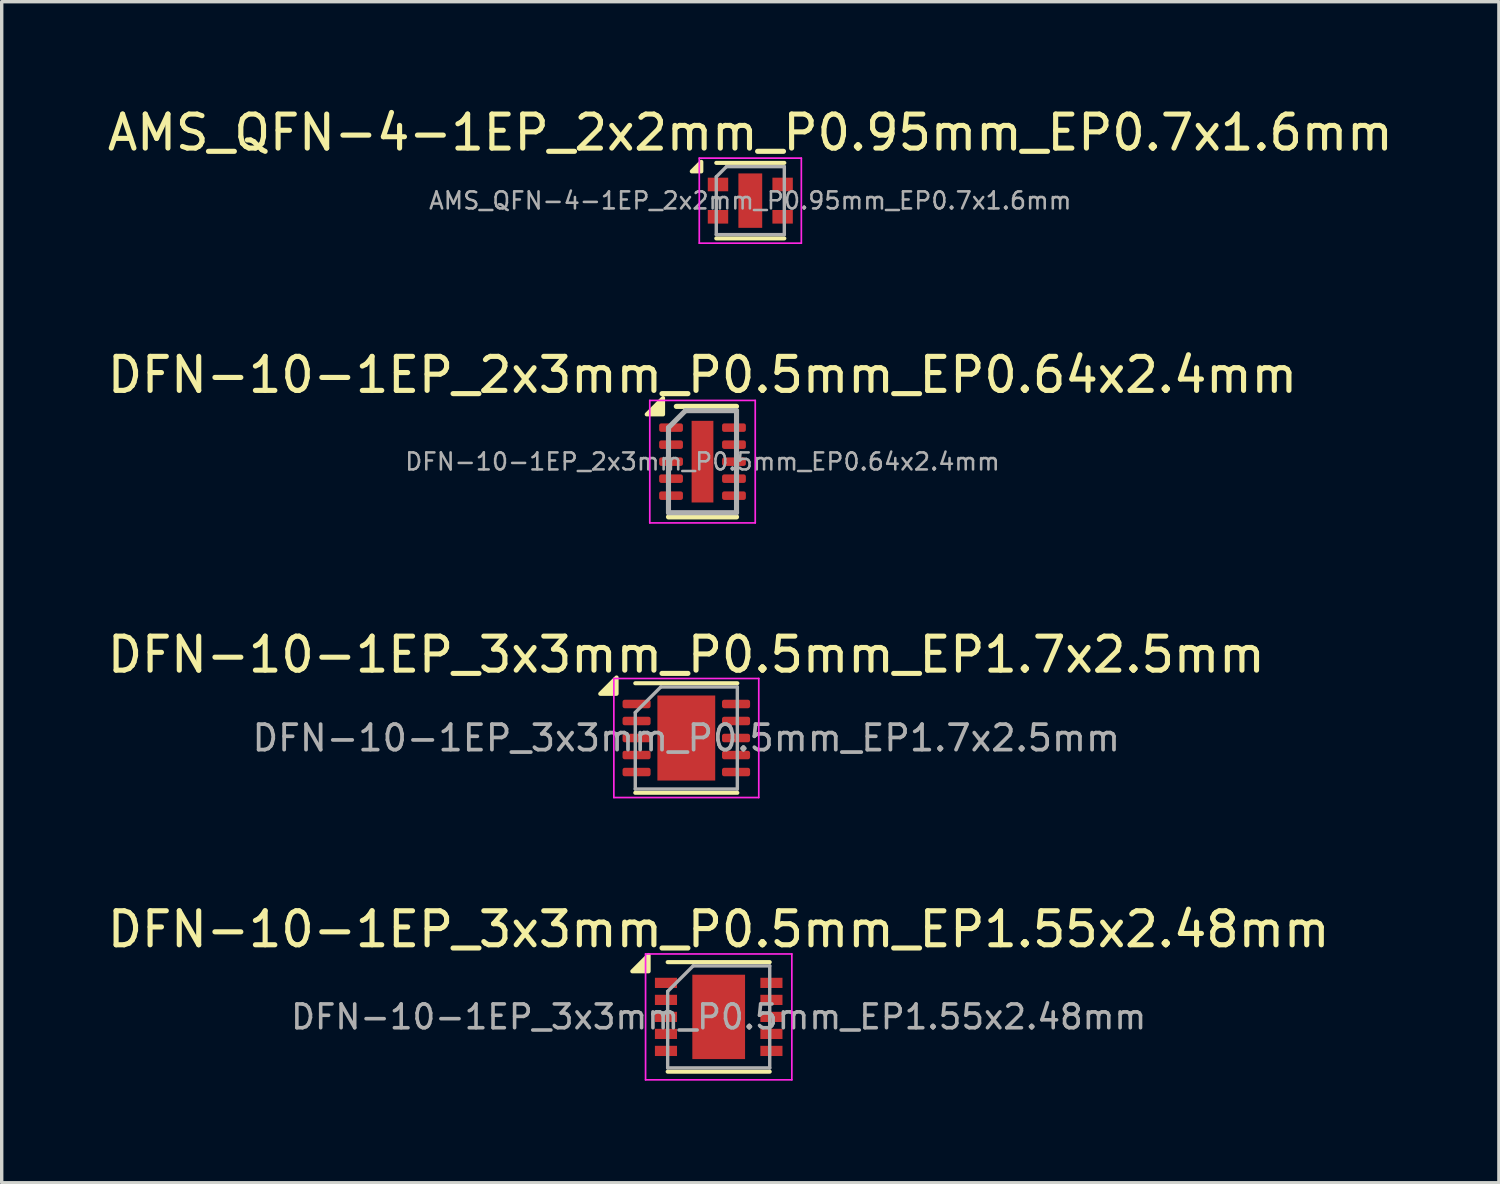
<source format=kicad_pcb>
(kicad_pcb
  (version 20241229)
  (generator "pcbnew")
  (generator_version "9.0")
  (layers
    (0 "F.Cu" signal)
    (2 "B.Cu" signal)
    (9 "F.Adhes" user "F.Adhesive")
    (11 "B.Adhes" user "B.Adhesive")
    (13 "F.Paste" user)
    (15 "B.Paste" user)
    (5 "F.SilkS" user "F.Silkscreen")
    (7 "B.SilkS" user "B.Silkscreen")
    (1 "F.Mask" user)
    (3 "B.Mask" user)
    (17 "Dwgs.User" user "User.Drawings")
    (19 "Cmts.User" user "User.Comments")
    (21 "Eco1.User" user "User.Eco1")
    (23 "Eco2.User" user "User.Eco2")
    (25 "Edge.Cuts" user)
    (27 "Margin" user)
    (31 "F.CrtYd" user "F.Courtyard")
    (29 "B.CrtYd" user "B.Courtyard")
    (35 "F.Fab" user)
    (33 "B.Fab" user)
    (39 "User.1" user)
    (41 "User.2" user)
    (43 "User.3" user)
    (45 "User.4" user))
  (footprint "DFN-10-1EP_3x3mm_P0.5mm_EP1.7x2.5mm"
    (layer "F.Cu")
    (at 17.125 18.645)
    (property "Reference" "DFN-10-1EP_3x3mm_P0.5mm_EP1.7x2.5mm" (at 0 -2.45 0) (layer "F.SilkS") (effects (font (size 1 1) (thickness 0.15))))
    (attr smd)
    (fp_line (start -1.5 -1.61) (end 1.5 -1.61) (stroke (width 0.12) (type solid)) (layer "F.SilkS"))
    (fp_line (start -1.5 1.61) (end 1.5 1.61) (stroke (width 0.12) (type solid)) (layer "F.SilkS"))
    (fp_poly (pts (xy -2.05 -1.3) (xy -2.53 -1.3) (xy -2.05 -1.78) (xy -2.05 -1.3)) (stroke (width 0.12) (type solid)) (fill yes) (layer "F.SilkS"))
    (fp_line (start -2.13 -1.75) (end -2.13 1.75) (stroke (width 0.05) (type solid)) (layer "F.CrtYd"))
    (fp_line (start -2.13 1.75) (end 2.13 1.75) (stroke (width 0.05) (type solid)) (layer "F.CrtYd"))
    (fp_line (start 2.13 -1.75) (end -2.13 -1.75) (stroke (width 0.05) (type solid)) (layer "F.CrtYd"))
    (fp_line (start 2.13 1.75) (end 2.13 -1.75) (stroke (width 0.05) (type solid)) (layer "F.CrtYd"))
    (fp_line (start -1.5 -0.75) (end -0.75 -1.5) (stroke (width 0.1) (type solid)) (layer "F.Fab"))
    (fp_line (start -1.5 1.5) (end -1.5 -0.75) (stroke (width 0.1) (type solid)) (layer "F.Fab"))
    (fp_line (start -0.75 -1.5) (end 1.5 -1.5) (stroke (width 0.1) (type solid)) (layer "F.Fab"))
    (fp_line (start 1.5 -1.5) (end 1.5 1.5) (stroke (width 0.1) (type solid)) (layer "F.Fab"))
    (fp_line (start 1.5 1.5) (end -1.5 1.5) (stroke (width 0.1) (type solid)) (layer "F.Fab"))
    (fp_text user "${REFERENCE}" (at 0 0 0) (layer "F.Fab") (effects (font (size 0.75 0.75) (thickness 0.11))))
    (pad "" smd roundrect (at -0.425 -0.625) (size 0.69 1.01) (layers "F.Paste") (roundrect_rratio 0.25))
    (pad "" smd roundrect (at -0.425 0.625) (size 0.69 1.01) (layers "F.Paste") (roundrect_rratio 0.25))
    (pad "" smd roundrect (at 0.425 -0.625) (size 0.69 1.01) (layers "F.Paste") (roundrect_rratio 0.25))
    (pad "" smd roundrect (at 0.425 0.625) (size 0.69 1.01) (layers "F.Paste") (roundrect_rratio 0.25))
    (pad "1" smd roundrect (at -1.462 -1) (size 0.825 0.25) (layers "F.Cu" "F.Mask" "F.Paste") (roundrect_rratio 0.25))
    (pad "2" smd roundrect (at -1.462 -0.5) (size 0.825 0.25) (layers "F.Cu" "F.Mask" "F.Paste") (roundrect_rratio 0.25))
    (pad "3" smd roundrect (at -1.462 0) (size 0.825 0.25) (layers "F.Cu" "F.Mask" "F.Paste") (roundrect_rratio 0.25))
    (pad "4" smd roundrect (at -1.462 0.5) (size 0.825 0.25) (layers "F.Cu" "F.Mask" "F.Paste") (roundrect_rratio 0.25))
    (pad "5" smd roundrect (at -1.462 1) (size 0.825 0.25) (layers "F.Cu" "F.Mask" "F.Paste") (roundrect_rratio 0.25))
    (pad "6" smd roundrect (at 1.462 1) (size 0.825 0.25) (layers "F.Cu" "F.Mask" "F.Paste") (roundrect_rratio 0.25))
    (pad "7" smd roundrect (at 1.462 0.5) (size 0.825 0.25) (layers "F.Cu" "F.Mask" "F.Paste") (roundrect_rratio 0.25))
    (pad "8" smd roundrect (at 1.462 0) (size 0.825 0.25) (layers "F.Cu" "F.Mask" "F.Paste") (roundrect_rratio 0.25))
    (pad "9" smd roundrect (at 1.462 -0.5) (size 0.825 0.25) (layers "F.Cu" "F.Mask" "F.Paste") (roundrect_rratio 0.25))
    (pad "10" smd roundrect (at 1.462 -1) (size 0.825 0.25) (layers "F.Cu" "F.Mask" "F.Paste") (roundrect_rratio 0.25))
    (pad "11" smd rect (at 0 0) (size 1.7 2.5) (property pad_prop_heatsink) (layers "F.Cu" "F.Mask")))
  (footprint "DFN-10-1EP_3x3mm_P0.5mm_EP1.55x2.48mm"
    (layer "F.Cu")
    (at 18.077 26.843)
    (property "Reference" "DFN-10-1EP_3x3mm_P0.5mm_EP1.55x2.48mm" (at 0 -2.575 0) (layer "F.SilkS") (effects (font (size 1 1) (thickness 0.15))))
    (attr smd)
    (fp_line (start -1.5 -1.61) (end 1.5 -1.61) (stroke (width 0.12) (type solid)) (layer "F.SilkS"))
    (fp_line (start -1.5 1.61) (end 1.5 1.61) (stroke (width 0.12) (type solid)) (layer "F.SilkS"))
    (fp_poly (pts (xy -2.06 -1.34) (xy -2.54 -1.34) (xy -2.06 -1.82) (xy -2.06 -1.34)) (stroke (width 0.12) (type solid)) (fill yes) (layer "F.SilkS"))
    (fp_line (start -2.15 -1.85) (end -2.15 1.85) (stroke (width 0.05) (type solid)) (layer "F.CrtYd"))
    (fp_line (start -2.15 -1.85) (end 2.15 -1.85) (stroke (width 0.05) (type solid)) (layer "F.CrtYd"))
    (fp_line (start -2.15 1.85) (end 2.15 1.85) (stroke (width 0.05) (type solid)) (layer "F.CrtYd"))
    (fp_line (start 2.15 -1.85) (end 2.15 1.85) (stroke (width 0.05) (type solid)) (layer "F.CrtYd"))
    (fp_line (start -1.5 -0.75) (end -0.75 -1.5) (stroke (width 0.1) (type solid)) (layer "F.Fab"))
    (fp_line (start -1.5 1.5) (end -1.5 -0.75) (stroke (width 0.1) (type solid)) (layer "F.Fab"))
    (fp_line (start -0.75 -1.5) (end 1.5 -1.5) (stroke (width 0.1) (type solid)) (layer "F.Fab"))
    (fp_line (start 1.5 -1.5) (end 1.5 1.5) (stroke (width 0.1) (type solid)) (layer "F.Fab"))
    (fp_line (start 1.5 1.5) (end -1.5 1.5) (stroke (width 0.1) (type solid)) (layer "F.Fab"))
    (fp_text user "${REFERENCE}" (at 0 0 0) (layer "F.Fab") (effects (font (size 0.7 0.7) (thickness 0.105))))
    (pad "" smd rect (at -0.388 -0.62) (size 0.6 1.05) (layers "F.Paste"))
    (pad "" smd rect (at -0.388 0.62) (size 0.6 1.05) (layers "F.Paste"))
    (pad "" smd rect (at 0.388 -0.62) (size 0.6 1.05) (layers "F.Paste"))
    (pad "" smd rect (at 0.388 0.62) (size 0.6 1.05) (layers "F.Paste"))
    (pad "1" smd rect (at -1.55 -1) (size 0.65 0.3) (layers "F.Cu" "F.Mask" "F.Paste"))
    (pad "2" smd rect (at -1.55 -0.5) (size 0.65 0.3) (layers "F.Cu" "F.Mask" "F.Paste"))
    (pad "3" smd rect (at -1.55 0) (size 0.65 0.3) (layers "F.Cu" "F.Mask" "F.Paste"))
    (pad "4" smd rect (at -1.55 0.5) (size 0.65 0.3) (layers "F.Cu" "F.Mask" "F.Paste"))
    (pad "5" smd rect (at -1.55 1) (size 0.65 0.3) (layers "F.Cu" "F.Mask" "F.Paste"))
    (pad "6" smd rect (at 1.55 1) (size 0.65 0.3) (layers "F.Cu" "F.Mask" "F.Paste"))
    (pad "7" smd rect (at 1.55 0.5) (size 0.65 0.3) (layers "F.Cu" "F.Mask" "F.Paste"))
    (pad "8" smd rect (at 1.55 0) (size 0.65 0.3) (layers "F.Cu" "F.Mask" "F.Paste"))
    (pad "9" smd rect (at 1.55 -0.5) (size 0.65 0.3) (layers "F.Cu" "F.Mask" "F.Paste"))
    (pad "10" smd rect (at 1.55 -1) (size 0.65 0.3) (layers "F.Cu" "F.Mask" "F.Paste"))
    (pad "11" smd rect (at 0 0) (size 1.55 2.48) (layers "F.Cu" "F.Mask")))
  (footprint "DFN-10-1EP_2x3mm_P0.5mm_EP0.64x2.4mm"
    (layer "F.Cu")
    (at 17.601 10.521)
    (property "Reference" "DFN-10-1EP_2x3mm_P0.5mm_EP0.64x2.4mm" (at 0 -2.55 0) (layer "F.SilkS") (effects (font (size 1 1) (thickness 0.15))))
    (attr smd)
    (fp_line (start -1 1.625) (end 1 1.625) (stroke (width 0.15) (type solid)) (layer "F.SilkS"))
    (fp_line (start -0.77 -1.625) (end 1 -1.625) (stroke (width 0.15) (type solid)) (layer "F.SilkS"))
    (fp_poly (pts (xy -1.16 -1.39) (xy -1.64 -1.39) (xy -1.16 -1.87) (xy -1.16 -1.39)) (stroke (width 0.12) (type solid)) (fill yes) (layer "F.SilkS"))
    (fp_line (start -1.55 -1.8) (end -1.55 1.8) (stroke (width 0.05) (type solid)) (layer "F.CrtYd"))
    (fp_line (start -1.55 -1.8) (end 1.55 -1.8) (stroke (width 0.05) (type solid)) (layer "F.CrtYd"))
    (fp_line (start -1.55 1.8) (end 1.55 1.8) (stroke (width 0.05) (type solid)) (layer "F.CrtYd"))
    (fp_line (start 1.55 -1.8) (end 1.55 1.8) (stroke (width 0.05) (type solid)) (layer "F.CrtYd"))
    (fp_line (start -1 -1) (end -0.5 -1.5) (stroke (width 0.15) (type solid)) (layer "F.Fab"))
    (fp_line (start -1 1.5) (end -1 -1) (stroke (width 0.15) (type solid)) (layer "F.Fab"))
    (fp_line (start -0.5 -1.5) (end 1 -1.5) (stroke (width 0.15) (type solid)) (layer "F.Fab"))
    (fp_line (start 1 -1.5) (end 1 1.5) (stroke (width 0.15) (type solid)) (layer "F.Fab"))
    (fp_line (start 1 1.5) (end -1 1.5) (stroke (width 0.15) (type solid)) (layer "F.Fab"))
    (fp_text user "${REFERENCE}" (at 0 0 0) (layer "F.Fab") (effects (font (size 0.5 0.5) (thickness 0.075))))
    (pad "" smd roundrect (at 0 -0.6) (size 0.5 1) (layers "F.Paste") (roundrect_rratio 0.25))
    (pad "" smd roundrect (at 0 0.6) (size 0.5 1) (layers "F.Paste") (roundrect_rratio 0.25))
    (pad "1" smd roundrect (at -0.925 -1) (size 0.7 0.25) (layers "F.Cu" "F.Mask" "F.Paste") (roundrect_rratio 0.25))
    (pad "2" smd roundrect (at -0.925 -0.5) (size 0.7 0.25) (layers "F.Cu" "F.Mask" "F.Paste") (roundrect_rratio 0.25))
    (pad "3" smd roundrect (at -0.925 0) (size 0.7 0.25) (layers "F.Cu" "F.Mask" "F.Paste") (roundrect_rratio 0.25))
    (pad "4" smd roundrect (at -0.925 0.5) (size 0.7 0.25) (layers "F.Cu" "F.Mask" "F.Paste") (roundrect_rratio 0.25))
    (pad "5" smd roundrect (at -0.925 1) (size 0.7 0.25) (layers "F.Cu" "F.Mask" "F.Paste") (roundrect_rratio 0.25))
    (pad "6" smd roundrect (at 0.925 1) (size 0.7 0.25) (layers "F.Cu" "F.Mask" "F.Paste") (roundrect_rratio 0.25))
    (pad "7" smd roundrect (at 0.925 0.5) (size 0.7 0.25) (layers "F.Cu" "F.Mask" "F.Paste") (roundrect_rratio 0.25))
    (pad "8" smd roundrect (at 0.925 0) (size 0.7 0.25) (layers "F.Cu" "F.Mask" "F.Paste") (roundrect_rratio 0.25))
    (pad "9" smd roundrect (at 0.925 -0.5) (size 0.7 0.25) (layers "F.Cu" "F.Mask" "F.Paste") (roundrect_rratio 0.25))
    (pad "10" smd roundrect (at 0.925 -1) (size 0.7 0.25) (layers "F.Cu" "F.Mask" "F.Paste") (roundrect_rratio 0.25))
    (pad "11" smd rect (at 0 0) (size 0.64 2.4) (layers "F.Cu" "F.Mask")))
  (footprint "AMS_QFN-4-1EP_2x2mm_P0.95mm_EP0.7x1.6mm"
    (layer "F.Cu")
    (at 19.006 2.848)
    (property "Reference" "AMS_QFN-4-1EP_2x2mm_P0.95mm_EP0.7x1.6mm" (at 0 -2 0) (layer "F.SilkS") (effects (font (size 1 1) (thickness 0.15))))
    (attr smd)
    (fp_line (start -1 1.11) (end 1 1.11) (stroke (width 0.12) (type solid)) (layer "F.SilkS"))
    (fp_line (start 1 -1.11) (end -1 -1.11) (stroke (width 0.12) (type solid)) (layer "F.SilkS"))
    (fp_poly (pts (xy -1.44 -0.86) (xy -1.72 -0.86) (xy -1.44 -1.14) (xy -1.44 -0.86)) (stroke (width 0.12) (type solid)) (fill yes) (layer "F.SilkS"))
    (fp_line (start -1.5 -1.25) (end 1.5 -1.25) (stroke (width 0.05) (type solid)) (layer "F.CrtYd"))
    (fp_line (start -1.5 1.25) (end -1.5 -1.25) (stroke (width 0.05) (type solid)) (layer "F.CrtYd"))
    (fp_line (start 1.5 -1.25) (end 1.5 1.25) (stroke (width 0.05) (type solid)) (layer "F.CrtYd"))
    (fp_line (start 1.5 1.25) (end -1.5 1.25) (stroke (width 0.05) (type solid)) (layer "F.CrtYd"))
    (fp_line (start -1 -0.7) (end -0.7 -1) (stroke (width 0.1) (type solid)) (layer "F.Fab"))
    (fp_line (start -1 1) (end -1 -0.7) (stroke (width 0.1) (type solid)) (layer "F.Fab"))
    (fp_line (start -0.7 -1) (end 1 -1) (stroke (width 0.1) (type solid)) (layer "F.Fab"))
    (fp_line (start 1 -1) (end 1 1) (stroke (width 0.1) (type solid)) (layer "F.Fab"))
    (fp_line (start 1 1) (end -1 1) (stroke (width 0.1) (type solid)) (layer "F.Fab"))
    (fp_text user "${REFERENCE}" (at 0 0 0) (layer "F.Fab") (effects (font (size 0.5 0.5) (thickness 0.075))))
    (pad "" smd rect (at 0 0) (size 0.35 0.8) (layers "F.Paste"))
    (pad "1" smd rect (at -0.95 -0.475) (size 0.6 0.4) (layers "F.Cu" "F.Mask" "F.Paste"))
    (pad "2" smd rect (at -0.95 0.475) (size 0.6 0.4) (layers "F.Cu" "F.Mask" "F.Paste"))
    (pad "3" smd rect (at 0.95 0.475) (size 0.6 0.4) (layers "F.Cu" "F.Mask" "F.Paste"))
    (pad "4" smd rect (at 0.95 -0.475) (size 0.6 0.4) (layers "F.Cu" "F.Mask" "F.Paste"))
    (pad "5" smd rect (at 0 0) (size 0.7 1.6) (layers "F.Cu" "F.Mask")))
  (gr_rect
    (start -3 -3)
    (end 41.012 31.718)
    (stroke (width 0.1) (type default))
    (fill no)
    (layer "Edge.Cuts")))
</source>
